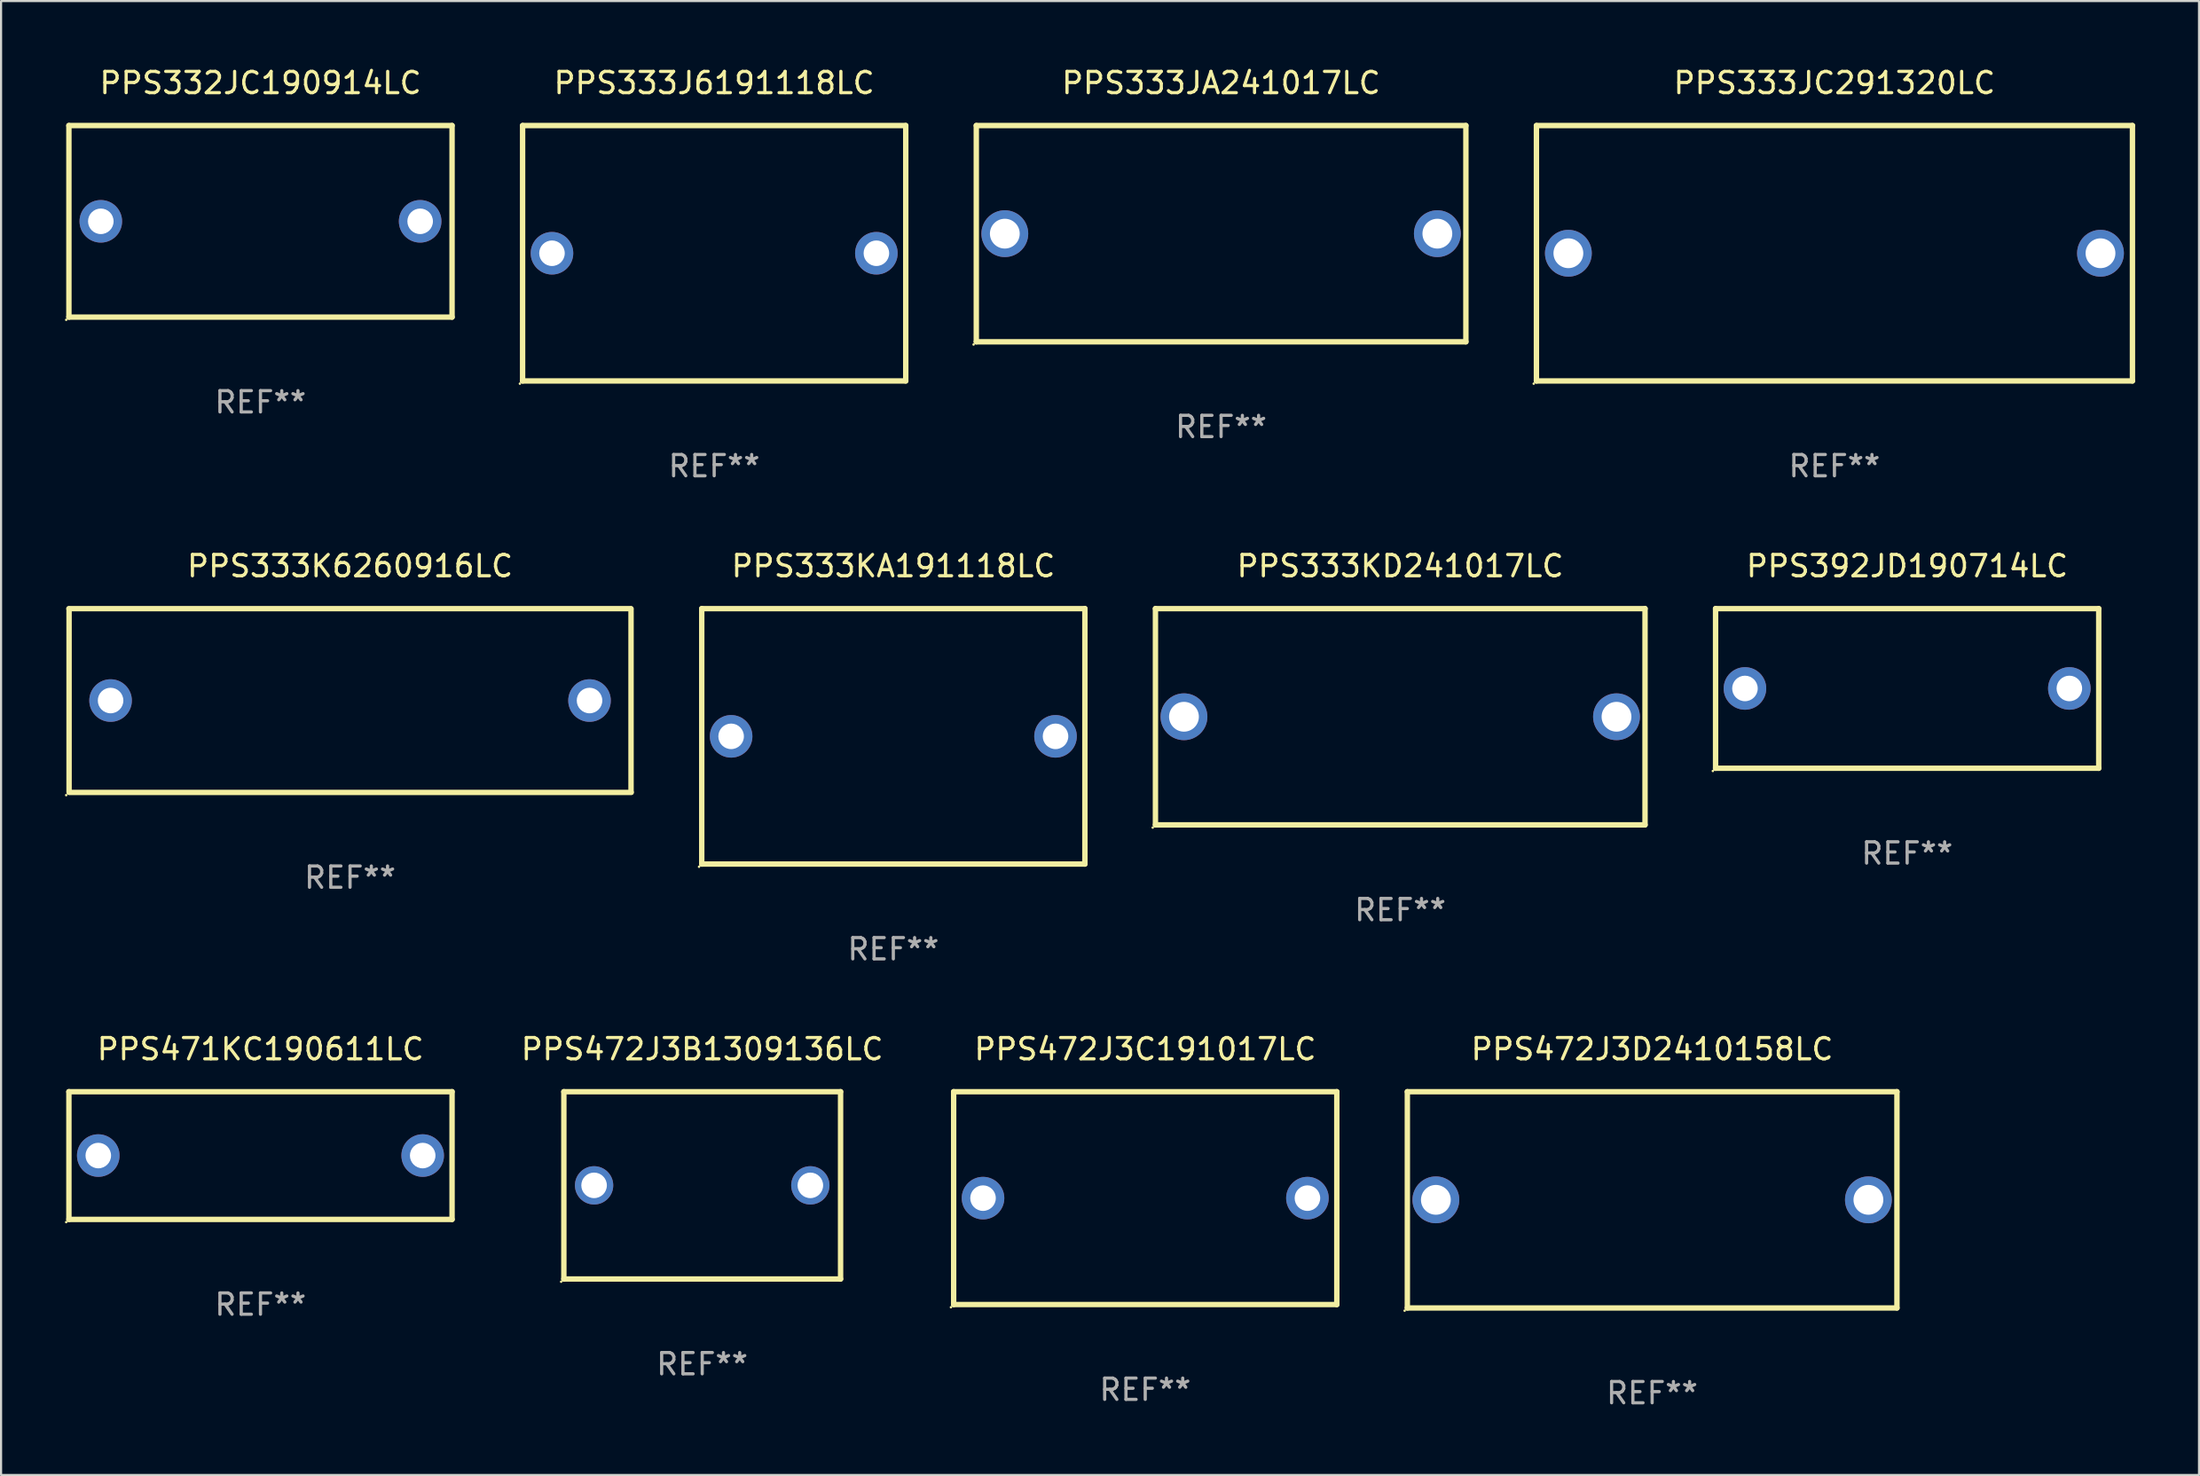
<source format=kicad_pcb>
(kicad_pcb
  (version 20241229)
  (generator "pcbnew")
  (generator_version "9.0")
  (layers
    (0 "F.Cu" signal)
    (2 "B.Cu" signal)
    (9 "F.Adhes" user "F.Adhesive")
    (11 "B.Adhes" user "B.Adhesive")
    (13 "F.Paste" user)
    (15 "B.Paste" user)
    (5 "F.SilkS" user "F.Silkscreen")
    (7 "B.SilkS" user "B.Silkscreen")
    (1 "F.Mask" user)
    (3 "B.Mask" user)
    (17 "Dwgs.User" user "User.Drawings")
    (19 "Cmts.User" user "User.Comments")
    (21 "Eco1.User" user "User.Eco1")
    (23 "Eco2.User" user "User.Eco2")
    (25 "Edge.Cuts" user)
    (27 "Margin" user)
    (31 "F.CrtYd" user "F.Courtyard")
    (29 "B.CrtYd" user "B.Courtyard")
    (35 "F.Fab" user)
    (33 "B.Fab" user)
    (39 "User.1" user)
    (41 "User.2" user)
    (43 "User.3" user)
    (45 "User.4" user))
  (footprint "PPS333KA191118LC"
    (layer "F.Cu")
    (at 38.917 31.545)
    (property "Reference" "PPS333KA191118LC" (at 0 -8 0) (layer "F.SilkS") (effects (font (size 1 1) (thickness 0.15))))
    (attr through_hole)
    (fp_line (start -9 -6) (end 9 -6) (stroke (width 0.254) (type solid)) (layer "F.SilkS"))
    (fp_line (start -9 6) (end -9 -6) (stroke (width 0.254) (type solid)) (layer "F.SilkS"))
    (fp_line (start 9 -6) (end 9 6) (stroke (width 0.254) (type solid)) (layer "F.SilkS"))
    (fp_line (start 9 6) (end -9 6) (stroke (width 0.254) (type solid)) (layer "F.SilkS"))
    (fp_circle (center -9.127 6.127) (end -9.097 6.127) (stroke (width 0.06) (type solid)) (fill no) (layer "F.SilkS"))
    (fp_text user "REF**" (at 0 10 0) (layer "F.Fab") (effects (font (size 1 1) (thickness 0.15))))
    (pad "1" thru_hole circle (at -7.62 0) (size 2 2) (drill 1.2) (layers "*.Cu" "*.Mask"))
    (pad "2" thru_hole circle (at 7.62 0) (size 2 2) (drill 1.2) (layers "*.Cu" "*.Mask")))
  (footprint "PPS333JC291320LC"
    (layer "F.Cu")
    (at 83.129 8.848)
    (property "Reference" "PPS333JC291320LC" (at 0 -8 0) (layer "F.SilkS") (effects (font (size 1 1) (thickness 0.15))))
    (attr through_hole)
    (fp_line (start -14 -6) (end 14 -6) (stroke (width 0.254) (type solid)) (layer "F.SilkS"))
    (fp_line (start -14 6) (end -14 -6) (stroke (width 0.254) (type solid)) (layer "F.SilkS"))
    (fp_line (start 14 -6) (end 14 6) (stroke (width 0.254) (type solid)) (layer "F.SilkS"))
    (fp_line (start 14 6) (end -14 6) (stroke (width 0.254) (type solid)) (layer "F.SilkS"))
    (fp_circle (center -14.127 6.127) (end -14.097 6.127) (stroke (width 0.06) (type solid)) (fill no) (layer "F.SilkS"))
    (fp_text user "REF**" (at 0 10 0) (layer "F.Fab") (effects (font (size 1 1) (thickness 0.15))))
    (pad "1" thru_hole circle (at -12.499 0) (size 2.2 2.2) (drill 1.4) (layers "*.Cu" "*.Mask"))
    (pad "2" thru_hole circle (at 12.499 0) (size 2.2 2.2) (drill 1.4) (layers "*.Cu" "*.Mask")))
  (footprint "PPS333KD241017LC"
    (layer "F.Cu")
    (at 62.731 30.625)
    (property "Reference" "PPS333KD241017LC" (at 0 -7.08 0) (layer "F.SilkS") (effects (font (size 1 1) (thickness 0.15))))
    (attr through_hole)
    (fp_line (start -11.5 -5.08) (end -11.5 5.08) (stroke (width 0.254) (type solid)) (layer "F.SilkS"))
    (fp_line (start -11.5 -5.08) (end 11.5 -5.08) (stroke (width 0.254) (type solid)) (layer "F.SilkS"))
    (fp_line (start 11.5 5.08) (end -11.5 5.08) (stroke (width 0.254) (type solid)) (layer "F.SilkS"))
    (fp_line (start 11.5 5.08) (end 11.5 -5.08) (stroke (width 0.254) (type solid)) (layer "F.SilkS"))
    (fp_circle (center -11.627 5.207) (end -11.597 5.207) (stroke (width 0.06) (type solid)) (fill no) (layer "F.SilkS"))
    (fp_text user "REF**" (at 0 9.08 0) (layer "F.Fab") (effects (font (size 1 1) (thickness 0.15))))
    (pad "1" thru_hole circle (at -10.16 0) (size 2.2 2.2) (drill 1.4) (layers "*.Cu" "*.Mask"))
    (pad "2" thru_hole circle (at 10.16 0) (size 2.2 2.2) (drill 1.4) (layers "*.Cu" "*.Mask")))
  (footprint "PPS472J3B1309136LC"
    (layer "F.Cu")
    (at 29.939 52.641)
    (property "Reference" "PPS472J3B1309136LC" (at 0 -6.4 0) (layer "F.SilkS") (effects (font (size 1 1) (thickness 0.15))))
    (attr through_hole)
    (fp_line (start -6.5 -4.4) (end 6.5 -4.4) (stroke (width 0.254) (type solid)) (layer "F.SilkS"))
    (fp_line (start -6.5 4.4) (end -6.5 -4.4) (stroke (width 0.254) (type solid)) (layer "F.SilkS"))
    (fp_line (start 6.5 -4.4) (end 6.5 4.4) (stroke (width 0.254) (type solid)) (layer "F.SilkS"))
    (fp_line (start 6.5 4.4) (end -6.5 4.4) (stroke (width 0.254) (type solid)) (layer "F.SilkS"))
    (fp_circle (center -6.627 4.527) (end -6.597 4.527) (stroke (width 0.06) (type solid)) (fill no) (layer "F.SilkS"))
    (fp_text user "REF**" (at 0 8.4 0) (layer "F.Fab") (effects (font (size 1 1) (thickness 0.15))))
    (pad "1" thru_hole circle (at -5.08 0) (size 1.8 1.8) (drill 1.2) (layers "*.Cu" "*.Mask"))
    (pad "2" thru_hole circle (at 5.08 0) (size 1.8 1.8) (drill 1.2) (layers "*.Cu" "*.Mask")))
  (footprint "PPS332JC190914LC"
    (layer "F.Cu")
    (at 9.187 7.348)
    (property "Reference" "PPS332JC190914LC" (at 0 -6.5 0) (layer "F.SilkS") (effects (font (size 1 1) (thickness 0.15))))
    (attr through_hole)
    (fp_line (start -9 -4.5) (end -9 4.5) (stroke (width 0.254) (type solid)) (layer "F.SilkS"))
    (fp_line (start -9 -4.5) (end 9 -4.5) (stroke (width 0.254) (type solid)) (layer "F.SilkS"))
    (fp_line (start 9 4.5) (end -9 4.5) (stroke (width 0.254) (type solid)) (layer "F.SilkS"))
    (fp_line (start 9 4.5) (end 9 -4.5) (stroke (width 0.254) (type solid)) (layer "F.SilkS"))
    (fp_circle (center -9.127 4.627) (end -9.097 4.627) (stroke (width 0.06) (type solid)) (fill no) (layer "F.SilkS"))
    (fp_text user "REF**" (at 0 8.5 0) (layer "F.Fab") (effects (font (size 1 1) (thickness 0.15))))
    (pad "1" thru_hole circle (at -7.501 -0.000127) (size 2 2) (drill 1.2) (layers "*.Cu" "*.Mask"))
    (pad "2" thru_hole circle (at 7.501 -0.000127) (size 2 2) (drill 1.2) (layers "*.Cu" "*.Mask")))
  (footprint "PPS333J6191118LC"
    (layer "F.Cu")
    (at 30.501 8.848)
    (property "Reference" "PPS333J6191118LC" (at 0 -8 0) (layer "F.SilkS") (effects (font (size 1 1) (thickness 0.15))))
    (attr through_hole)
    (fp_line (start -9 -6) (end 9 -6) (stroke (width 0.254) (type solid)) (layer "F.SilkS"))
    (fp_line (start -9 6) (end -9 -6) (stroke (width 0.254) (type solid)) (layer "F.SilkS"))
    (fp_line (start 9 -6) (end 9 6) (stroke (width 0.254) (type solid)) (layer "F.SilkS"))
    (fp_line (start 9 6) (end -9 6) (stroke (width 0.254) (type solid)) (layer "F.SilkS"))
    (fp_circle (center -9.127 6.127) (end -9.097 6.127) (stroke (width 0.06) (type solid)) (fill no) (layer "F.SilkS"))
    (fp_text user "REF**" (at 0 10 0) (layer "F.Fab") (effects (font (size 1 1) (thickness 0.15))))
    (pad "1" thru_hole circle (at -7.62 0) (size 2 2) (drill 1.2) (layers "*.Cu" "*.Mask"))
    (pad "2" thru_hole circle (at 7.62 0) (size 2 2) (drill 1.2) (layers "*.Cu" "*.Mask")))
  (footprint "PPS333JA241017LC"
    (layer "F.Cu")
    (at 54.315 7.928)
    (property "Reference" "PPS333JA241017LC" (at 0 -7.08 0) (layer "F.SilkS") (effects (font (size 1 1) (thickness 0.15))))
    (attr through_hole)
    (fp_line (start -11.5 -5.08) (end -11.5 5.08) (stroke (width 0.254) (type solid)) (layer "F.SilkS"))
    (fp_line (start -11.5 -5.08) (end 11.5 -5.08) (stroke (width 0.254) (type solid)) (layer "F.SilkS"))
    (fp_line (start 11.5 5.08) (end -11.5 5.08) (stroke (width 0.254) (type solid)) (layer "F.SilkS"))
    (fp_line (start 11.5 5.08) (end 11.5 -5.08) (stroke (width 0.254) (type solid)) (layer "F.SilkS"))
    (fp_circle (center -11.627 5.207) (end -11.597 5.207) (stroke (width 0.06) (type solid)) (fill no) (layer "F.SilkS"))
    (fp_text user "REF**" (at 0 9.08 0) (layer "F.Fab") (effects (font (size 1 1) (thickness 0.15))))
    (pad "1" thru_hole circle (at -10.16 0) (size 2.2 2.2) (drill 1.4) (layers "*.Cu" "*.Mask"))
    (pad "2" thru_hole circle (at 10.16 0) (size 2.2 2.2) (drill 1.4) (layers "*.Cu" "*.Mask")))
  (footprint "PPS472J3C191017LC"
    (layer "F.Cu")
    (at 50.751 53.241)
    (property "Reference" "PPS472J3C191017LC" (at 0 -7 0) (layer "F.SilkS") (effects (font (size 1 1) (thickness 0.15))))
    (attr through_hole)
    (fp_line (start -9 -5) (end 9 -5) (stroke (width 0.254) (type solid)) (layer "F.SilkS"))
    (fp_line (start -9 5) (end -9 -5) (stroke (width 0.254) (type solid)) (layer "F.SilkS"))
    (fp_line (start 9 -5) (end 9 5) (stroke (width 0.254) (type solid)) (layer "F.SilkS"))
    (fp_line (start 9 5) (end -9 5) (stroke (width 0.254) (type solid)) (layer "F.SilkS"))
    (fp_circle (center -9.127 5.127) (end -9.097 5.127) (stroke (width 0.06) (type solid)) (fill no) (layer "F.SilkS"))
    (fp_text user "REF**" (at 0 9 0) (layer "F.Fab") (effects (font (size 1 1) (thickness 0.15))))
    (pad "1" thru_hole circle (at -7.62 0) (size 2 2) (drill 1.2) (layers "*.Cu" "*.Mask"))
    (pad "2" thru_hole circle (at 7.62 0) (size 2 2) (drill 1.2) (layers "*.Cu" "*.Mask")))
  (footprint "PPS472J3D2410158LC"
    (layer "F.Cu")
    (at 74.565 53.321)
    (property "Reference" "PPS472J3D2410158LC" (at 0 -7.08 0) (layer "F.SilkS") (effects (font (size 1 1) (thickness 0.15))))
    (attr through_hole)
    (fp_line (start -11.5 -5.08) (end -11.5 5.08) (stroke (width 0.254) (type solid)) (layer "F.SilkS"))
    (fp_line (start -11.5 -5.08) (end 11.5 -5.08) (stroke (width 0.254) (type solid)) (layer "F.SilkS"))
    (fp_line (start 11.5 5.08) (end -11.5 5.08) (stroke (width 0.254) (type solid)) (layer "F.SilkS"))
    (fp_line (start 11.5 5.08) (end 11.5 -5.08) (stroke (width 0.254) (type solid)) (layer "F.SilkS"))
    (fp_circle (center -11.627 5.207) (end -11.597 5.207) (stroke (width 0.06) (type solid)) (fill no) (layer "F.SilkS"))
    (fp_text user "REF**" (at 0 9.08 0) (layer "F.Fab") (effects (font (size 1 1) (thickness 0.15))))
    (pad "1" thru_hole circle (at -10.16 0) (size 2.2 2.2) (drill 1.4) (layers "*.Cu" "*.Mask"))
    (pad "2" thru_hole circle (at 10.16 0) (size 2.2 2.2) (drill 1.4) (layers "*.Cu" "*.Mask")))
  (footprint "PPS333K6260916LC"
    (layer "F.Cu")
    (at 13.395 29.863)
    (property "Reference" "PPS333K6260916LC" (at 0 -6.318 0) (layer "F.SilkS") (effects (font (size 1 1) (thickness 0.15))))
    (attr through_hole)
    (fp_line (start -13.208 -4.318) (end 13.193 -4.318) (stroke (width 0.254) (type solid)) (layer "F.SilkS"))
    (fp_line (start -13.2 4.3) (end -13.2 -4.3) (stroke (width 0.254) (type solid)) (layer "F.SilkS"))
    (fp_line (start 13.2 -4.3) (end 13.2 4.3) (stroke (width 0.254) (type solid)) (layer "F.SilkS"))
    (fp_line (start 13.208 4.318) (end -13.193 4.318) (stroke (width 0.254) (type solid)) (layer "F.SilkS"))
    (fp_circle (center -13.335 4.445) (end -13.305 4.445) (stroke (width 0.06) (type solid)) (fill no) (layer "F.SilkS"))
    (fp_text user "REF**" (at 0 8.318 0) (layer "F.Fab") (effects (font (size 1 1) (thickness 0.15))))
    (pad "1" thru_hole circle (at -11.25 0) (size 2 2) (drill 1.2) (layers "*.Cu" "*.Mask"))
    (pad "2" thru_hole circle (at 11.25 0) (size 2 2) (drill 1.2) (layers "*.Cu" "*.Mask")))
  (footprint "PPS392JD190714LC"
    (layer "F.Cu")
    (at 86.545 29.295)
    (property "Reference" "PPS392JD190714LC" (at 0 -5.75 0) (layer "F.SilkS") (effects (font (size 1 1) (thickness 0.15))))
    (attr through_hole)
    (fp_line (start -9 -3.75) (end 9 -3.75) (stroke (width 0.254) (type solid)) (layer "F.SilkS"))
    (fp_line (start -9 3.75) (end -9 -3.75) (stroke (width 0.254) (type solid)) (layer "F.SilkS"))
    (fp_line (start 9 -3.75) (end 9 3.75) (stroke (width 0.254) (type solid)) (layer "F.SilkS"))
    (fp_line (start 9 3.75) (end -9 3.75) (stroke (width 0.254) (type solid)) (layer "F.SilkS"))
    (fp_circle (center -9.127 3.877) (end -9.097 3.877) (stroke (width 0.06) (type solid)) (fill no) (layer "F.SilkS"))
    (fp_text user "REF**" (at 0 7.75 0) (layer "F.Fab") (effects (font (size 1 1) (thickness 0.15))))
    (pad "1" thru_hole circle (at -7.62 0) (size 2 2) (drill 1.2) (layers "*.Cu" "*.Mask"))
    (pad "2" thru_hole circle (at 7.62 0) (size 2 2) (drill 1.2) (layers "*.Cu" "*.Mask")))
  (footprint "PPS471KC190611LC"
    (layer "F.Cu")
    (at 9.187 51.241)
    (property "Reference" "PPS471KC190611LC" (at 0 -5 0) (layer "F.SilkS") (effects (font (size 1 1) (thickness 0.15))))
    (attr through_hole)
    (fp_line (start -9 -3) (end 9 -3) (stroke (width 0.254) (type solid)) (layer "F.SilkS"))
    (fp_line (start -9 3) (end -9 -3) (stroke (width 0.254) (type solid)) (layer "F.SilkS"))
    (fp_line (start 9 -3) (end 9 3) (stroke (width 0.254) (type solid)) (layer "F.SilkS"))
    (fp_line (start 9 3) (end -9 3) (stroke (width 0.254) (type solid)) (layer "F.SilkS"))
    (fp_circle (center -9.127 3.127) (end -9.097 3.127) (stroke (width 0.06) (type solid)) (fill no) (layer "F.SilkS"))
    (fp_text user "REF**" (at 0 7 0) (layer "F.Fab") (effects (font (size 1 1) (thickness 0.15))))
    (pad "1" thru_hole circle (at -7.62 0) (size 2 2) (drill 1.2) (layers "*.Cu" "*.Mask"))
    (pad "2" thru_hole circle (at 7.62 0) (size 2 2) (drill 1.2) (layers "*.Cu" "*.Mask")))
  (gr_rect
    (start -3 -3)
    (end 100.256 66.25)
    (stroke (width 0.1) (type default))
    (fill no)
    (layer "Edge.Cuts")))
</source>
